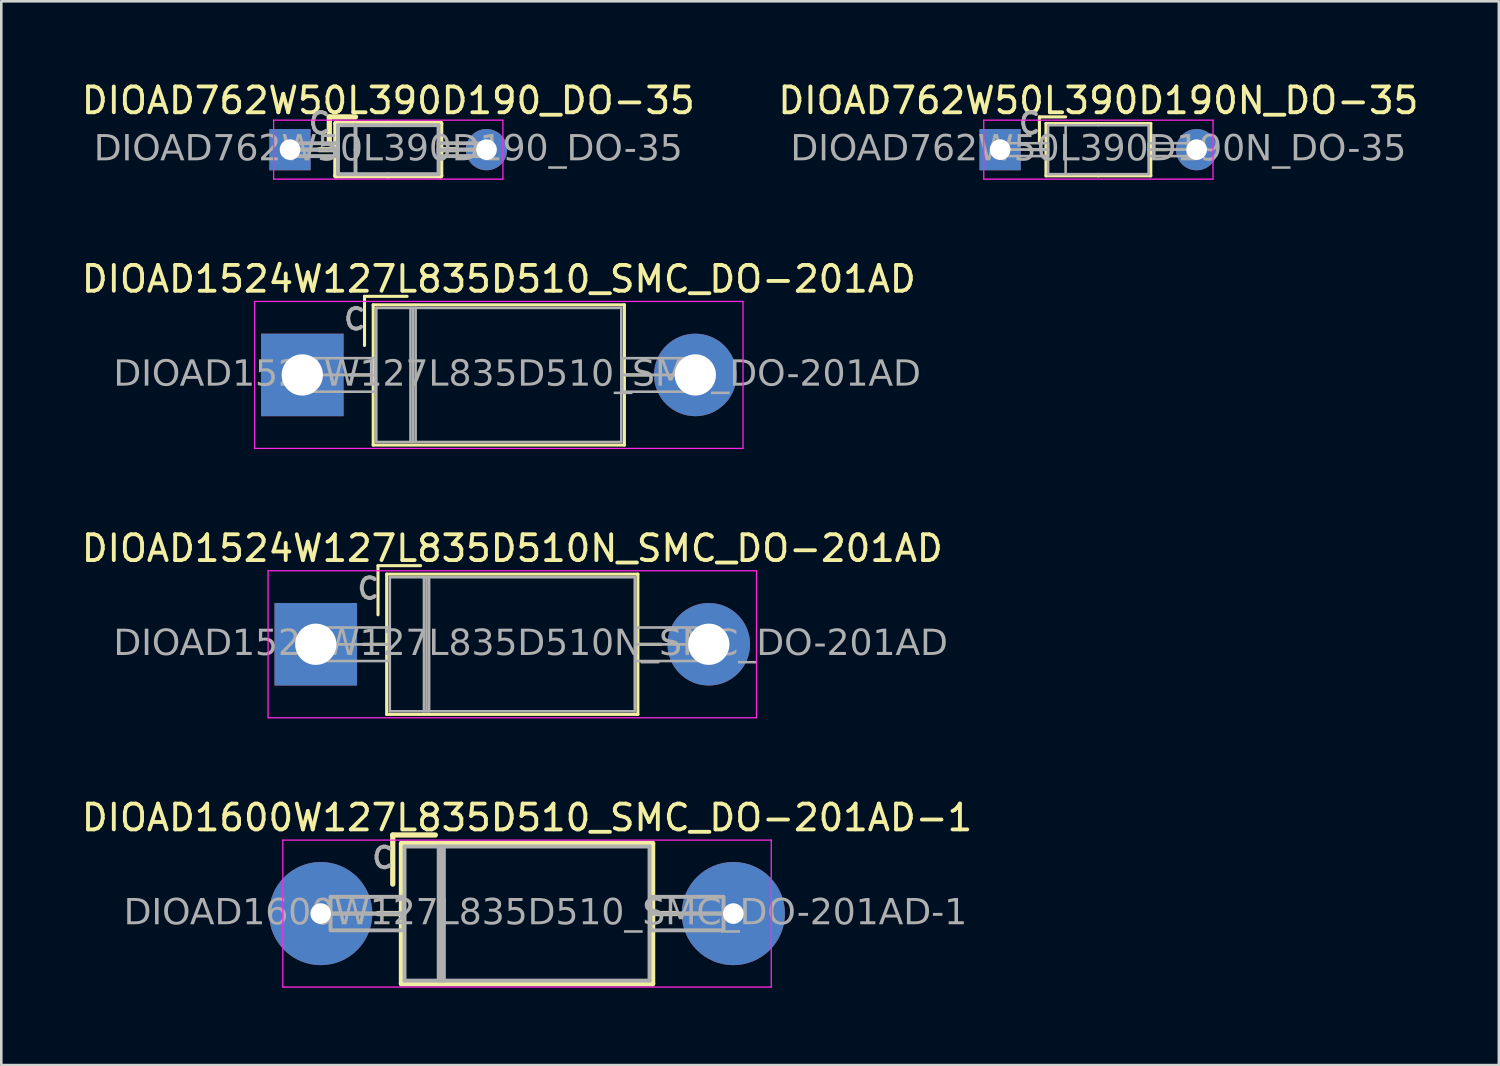
<source format=kicad_pcb>
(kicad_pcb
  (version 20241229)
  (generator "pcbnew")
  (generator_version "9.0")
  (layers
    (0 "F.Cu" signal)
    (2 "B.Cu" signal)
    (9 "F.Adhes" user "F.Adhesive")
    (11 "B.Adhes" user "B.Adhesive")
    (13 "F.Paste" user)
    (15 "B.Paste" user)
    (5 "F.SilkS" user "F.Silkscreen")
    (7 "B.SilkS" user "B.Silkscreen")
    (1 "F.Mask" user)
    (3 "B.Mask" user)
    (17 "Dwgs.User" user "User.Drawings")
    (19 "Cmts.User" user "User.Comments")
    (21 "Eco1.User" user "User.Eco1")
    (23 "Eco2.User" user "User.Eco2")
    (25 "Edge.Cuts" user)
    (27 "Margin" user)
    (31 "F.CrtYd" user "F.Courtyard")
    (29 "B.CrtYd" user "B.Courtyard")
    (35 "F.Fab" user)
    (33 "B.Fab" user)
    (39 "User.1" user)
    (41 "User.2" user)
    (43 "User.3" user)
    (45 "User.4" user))
  (footprint "DIOAD1524W127L835D510N_SMC_DO-201AD"
    (layer "F.Cu")
    (at 16.815 21.933)
    (property "Reference" "DIOAD1524W127L835D510N_SMC_DO-201AD" (at 0 -3.72 0) (layer "F.SilkS") (effects (font (size 1 1) (thickness 0.15))))
    (attr through_hole)
    (fp_line (start -5.78 0) (end -4.87 0) (stroke (width 0.12) (type solid)) (layer "F.SilkS"))
    (fp_line (start -5.207 -3.048) (end -5.207 -1.143) (stroke (width 0.12) (type solid)) (layer "F.SilkS"))
    (fp_line (start -5.207 -3.048) (end -3.556 -3.048) (stroke (width 0.12) (type solid)) (layer "F.SilkS"))
    (fp_line (start -4.87 -2.72) (end -4.87 2.72) (stroke (width 0.12) (type solid)) (layer "F.SilkS"))
    (fp_line (start -4.87 2.72) (end 4.87 2.72) (stroke (width 0.12) (type solid)) (layer "F.SilkS"))
    (fp_line (start 4.87 -2.72) (end -4.87 -2.72) (stroke (width 0.12) (type solid)) (layer "F.SilkS"))
    (fp_line (start 4.87 2.72) (end 4.87 -2.72) (stroke (width 0.12) (type solid)) (layer "F.SilkS"))
    (fp_line (start 5.78 0) (end 4.87 0) (stroke (width 0.12) (type solid)) (layer "F.SilkS"))
    (fp_line (start -9.47 -2.85) (end -9.47 2.85) (stroke (width 0.05) (type solid)) (layer "F.CrtYd"))
    (fp_line (start -9.47 2.85) (end 9.47 2.85) (stroke (width 0.05) (type solid)) (layer "F.CrtYd"))
    (fp_line (start 9.47 -2.85) (end -9.47 -2.85) (stroke (width 0.05) (type solid)) (layer "F.CrtYd"))
    (fp_line (start 9.47 2.85) (end 9.47 -2.85) (stroke (width 0.05) (type solid)) (layer "F.CrtYd"))
    (fp_line (start -4.75 -2.6) (end -4.75 2.6) (stroke (width 0.1) (type solid)) (layer "F.Fab"))
    (fp_line (start -4.75 2.6) (end 4.75 2.6) (stroke (width 0.1) (type solid)) (layer "F.Fab"))
    (fp_line (start -3.425 -2.6) (end -3.425 2.6) (stroke (width 0.1) (type solid)) (layer "F.Fab"))
    (fp_line (start -3.325 -2.6) (end -3.325 2.6) (stroke (width 0.1) (type solid)) (layer "F.Fab"))
    (fp_line (start -3.225 -2.6) (end -3.225 2.6) (stroke (width 0.1) (type solid)) (layer "F.Fab"))
    (fp_line (start 4.75 -2.6) (end -4.75 -2.6) (stroke (width 0.1) (type solid)) (layer "F.Fab"))
    (fp_line (start 4.75 2.6) (end 4.75 -2.6) (stroke (width 0.1) (type solid)) (layer "F.Fab"))
    (fp_rect (start -7.62 0) (end -4.79 -0.65) (stroke (width 0.1) (type solid)) (fill no) (layer "F.Fab"))
    (fp_rect (start -7.62 0) (end -4.79 0.65) (stroke (width 0.1) (type solid)) (fill no) (layer "F.Fab"))
    (fp_rect (start 7.62 0) (end 4.79 -0.65) (stroke (width 0.1) (type solid)) (fill no) (layer "F.Fab"))
    (fp_rect (start 7.62 0) (end 4.79 0.65) (stroke (width 0.1) (type solid)) (fill no) (layer "F.Fab"))
    (fp_text user "C" (at -5.588 -2.159 0) (layer "F.Fab") (effects (font (size 0.8 0.8) (thickness 0.15) (bold yes))))
    (fp_text user "${REFERENCE}" (at 0.713 0 0) (layer "F.Fab") (effects (font (face "Tahoma") (size 1 1) (thickness 0.15))))
    (pad "1" thru_hole rect (at -7.62 0) (size 3.2 3.2) (drill 1.6) (layers "*.Cu" "*.Mask"))
    (pad "2" thru_hole oval (at 7.62 0) (size 3.2 3.2) (drill 1.6) (layers "*.Cu" "*.Mask")))
  (footprint "DIOAD762W50L390D190N_DO-35"
    (layer "F.Cu")
    (at 39.542 2.753)
    (property "Reference" "DIOAD762W50L390D190N_DO-35" (at 0 -1.905 0) (layer "F.SilkS") (effects (font (size 1 1) (thickness 0.15))))
    (attr through_hole)
    (fp_line (start -2.667 0) (end -2.032 0) (stroke (width 0.12) (type solid)) (layer "F.SilkS"))
    (fp_line (start -2.286 -1.27) (end -2.286 -0.254) (stroke (width 0.12) (type solid)) (layer "F.SilkS"))
    (fp_line (start -2.286 -1.27) (end -1.27 -1.27) (stroke (width 0.12) (type solid)) (layer "F.SilkS"))
    (fp_line (start -2.032 -1.016) (end -2.032 0) (stroke (width 0.12) (type solid)) (layer "F.SilkS"))
    (fp_line (start -2.032 1.016) (end -2.032 0) (stroke (width 0.12) (type solid)) (layer "F.SilkS"))
    (fp_line (start 0 -1.016) (end -2.032 -1.016) (stroke (width 0.12) (type solid)) (layer "F.SilkS"))
    (fp_line (start 0 -1.016) (end 2.032 -1.016) (stroke (width 0.12) (type solid)) (layer "F.SilkS"))
    (fp_line (start 0 1.016) (end -2.032 1.016) (stroke (width 0.12) (type solid)) (layer "F.SilkS"))
    (fp_line (start 0 1.016) (end 2.032 1.016) (stroke (width 0.12) (type solid)) (layer "F.SilkS"))
    (fp_line (start 2.032 -1.016) (end 2.032 0) (stroke (width 0.12) (type solid)) (layer "F.SilkS"))
    (fp_line (start 2.032 1.016) (end 2.032 0) (stroke (width 0.12) (type solid)) (layer "F.SilkS"))
    (fp_line (start 2.667 0) (end 2.032 0) (stroke (width 0.12) (type solid)) (layer "F.SilkS"))
    (fp_line (start -4.445 -1.143) (end -4.445 1.143) (stroke (width 0.05) (type solid)) (layer "F.CrtYd"))
    (fp_line (start -4.445 1.143) (end 4.445 1.143) (stroke (width 0.05) (type solid)) (layer "F.CrtYd"))
    (fp_line (start 4.445 -1.143) (end -4.445 -1.143) (stroke (width 0.05) (type solid)) (layer "F.CrtYd"))
    (fp_line (start 4.445 1.143) (end 4.445 -1.143) (stroke (width 0.05) (type solid)) (layer "F.CrtYd"))
    (fp_line (start -1.95 -0.95) (end -1.95 0) (stroke (width 0.1) (type solid)) (layer "F.Fab"))
    (fp_line (start -1.95 0.95) (end -1.95 0) (stroke (width 0.1) (type solid)) (layer "F.Fab"))
    (fp_line (start -1.27 -0.95) (end -1.27 0) (stroke (width 0.1) (type solid)) (layer "F.Fab"))
    (fp_line (start -1.27 0.95) (end -1.27 0) (stroke (width 0.1) (type solid)) (layer "F.Fab"))
    (fp_line (start 0 -0.95) (end -1.95 -0.95) (stroke (width 0.1) (type solid)) (layer "F.Fab"))
    (fp_line (start 0 -0.95) (end 1.95 -0.95) (stroke (width 0.1) (type solid)) (layer "F.Fab"))
    (fp_line (start 0 0.95) (end -1.95 0.95) (stroke (width 0.1) (type solid)) (layer "F.Fab"))
    (fp_line (start 0 0.95) (end 1.95 0.95) (stroke (width 0.1) (type solid)) (layer "F.Fab"))
    (fp_line (start 1.95 -0.95) (end 1.95 0) (stroke (width 0.1) (type solid)) (layer "F.Fab"))
    (fp_line (start 1.95 0.95) (end 1.95 0) (stroke (width 0.1) (type solid)) (layer "F.Fab"))
    (fp_rect (start -3.81 -0.25) (end -1.95 0) (stroke (width 0.1) (type solid)) (fill no) (layer "F.Fab"))
    (fp_rect (start -3.81 0.25) (end -1.95 0) (stroke (width 0.1) (type solid)) (fill no) (layer "F.Fab"))
    (fp_rect (start 3.81 -0.25) (end 1.95 0) (stroke (width 0.1) (type solid)) (fill no) (layer "F.Fab"))
    (fp_rect (start 3.81 0.25) (end 1.95 0) (stroke (width 0.1) (type solid)) (fill no) (layer "F.Fab"))
    (fp_text user "${REFERENCE}" (at 0 0 0) (layer "F.Fab") (effects (font (face "Tahoma") (size 1 1) (thickness 0.15))))
    (fp_text user "C" (at -2.667 -1.016 0) (layer "F.Fab") (effects (font (size 0.8 0.8) (thickness 0.15) (bold yes))))
    (pad "1" thru_hole rect (at -3.81 0) (size 1.6 1.6) (drill 0.8) (layers "*.Cu" "*.Mask"))
    (pad "2" thru_hole circle (at 3.81 0) (size 1.6 1.6) (drill 0.8) (layers "*.Cu" "*.Mask")))
  (footprint "DIOAD762W50L390D190_DO-35"
    (layer "F.Cu")
    (at 12.006 2.753)
    (property "Reference" "DIOAD762W50L390D190_DO-35" (at 0 -1.905 0) (layer "F.SilkS") (effects (font (size 1 1) (thickness 0.15))))
    (attr through_hole)
    (fp_line (start -2.667 0) (end -2.032 0) (stroke (width 0.203) (type solid)) (layer "F.SilkS"))
    (fp_line (start -2.286 -1.27) (end -2.286 -0.254) (stroke (width 0.203) (type solid)) (layer "F.SilkS"))
    (fp_line (start -2.286 -1.27) (end -1.27 -1.27) (stroke (width 0.203) (type solid)) (layer "F.SilkS"))
    (fp_line (start -2.032 -1.016) (end -2.032 0) (stroke (width 0.203) (type solid)) (layer "F.SilkS"))
    (fp_line (start -2.032 1.016) (end -2.032 0) (stroke (width 0.203) (type solid)) (layer "F.SilkS"))
    (fp_line (start 0 -1.016) (end -2.032 -1.016) (stroke (width 0.203) (type solid)) (layer "F.SilkS"))
    (fp_line (start 0 -1.016) (end 2.032 -1.016) (stroke (width 0.203) (type solid)) (layer "F.SilkS"))
    (fp_line (start 0 1.016) (end -2.032 1.016) (stroke (width 0.203) (type solid)) (layer "F.SilkS"))
    (fp_line (start 0 1.016) (end 2.032 1.016) (stroke (width 0.203) (type solid)) (layer "F.SilkS"))
    (fp_line (start 2.032 -1.016) (end 2.032 0) (stroke (width 0.203) (type solid)) (layer "F.SilkS"))
    (fp_line (start 2.032 1.016) (end 2.032 0) (stroke (width 0.203) (type solid)) (layer "F.SilkS"))
    (fp_line (start 2.667 0) (end 2.032 0) (stroke (width 0.203) (type solid)) (layer "F.SilkS"))
    (fp_line (start -4.445 -1.143) (end -4.445 1.143) (stroke (width 0.05) (type solid)) (layer "F.CrtYd"))
    (fp_line (start -4.445 1.143) (end 4.445 1.143) (stroke (width 0.05) (type solid)) (layer "F.CrtYd"))
    (fp_line (start 4.445 -1.143) (end -4.445 -1.143) (stroke (width 0.05) (type solid)) (layer "F.CrtYd"))
    (fp_line (start 4.445 1.143) (end 4.445 -1.143) (stroke (width 0.05) (type solid)) (layer "F.CrtYd"))
    (fp_line (start -1.95 -0.95) (end -1.95 0) (stroke (width 0.152) (type solid)) (layer "F.Fab"))
    (fp_line (start -1.95 0.95) (end -1.95 0) (stroke (width 0.152) (type solid)) (layer "F.Fab"))
    (fp_line (start -1.27 -0.95) (end -1.27 0) (stroke (width 0.152) (type solid)) (layer "F.Fab"))
    (fp_line (start -1.27 0.95) (end -1.27 0) (stroke (width 0.152) (type solid)) (layer "F.Fab"))
    (fp_line (start 0 -0.95) (end -1.95 -0.95) (stroke (width 0.152) (type solid)) (layer "F.Fab"))
    (fp_line (start 0 -0.95) (end 1.95 -0.95) (stroke (width 0.152) (type solid)) (layer "F.Fab"))
    (fp_line (start 0 0.95) (end -1.95 0.95) (stroke (width 0.152) (type solid)) (layer "F.Fab"))
    (fp_line (start 0 0.95) (end 1.95 0.95) (stroke (width 0.152) (type solid)) (layer "F.Fab"))
    (fp_line (start 1.95 -0.95) (end 1.95 0) (stroke (width 0.152) (type solid)) (layer "F.Fab"))
    (fp_line (start 1.95 0.95) (end 1.95 0) (stroke (width 0.152) (type solid)) (layer "F.Fab"))
    (fp_rect (start -3.81 -0.25) (end -1.95 0) (stroke (width 0.152) (type solid)) (fill no) (layer "F.Fab"))
    (fp_rect (start -3.81 0.25) (end -1.95 0) (stroke (width 0.152) (type solid)) (fill no) (layer "F.Fab"))
    (fp_rect (start 3.81 -0.25) (end 1.95 0) (stroke (width 0.152) (type solid)) (fill no) (layer "F.Fab"))
    (fp_rect (start 3.81 0.25) (end 1.95 0) (stroke (width 0.152) (type solid)) (fill no) (layer "F.Fab"))
    (fp_text user "C" (at -2.667 -1.016 0) (layer "F.Fab") (effects (font (size 0.8 0.8) (thickness 0.15) (bold yes))))
    (fp_text user "${REFERENCE}" (at 0 0 0) (layer "F.Fab") (effects (font (face "Tahoma") (size 1 1) (thickness 0.15))))
    (pad "1" thru_hole rect (at -3.81 0) (size 1.6 1.6) (drill 0.8) (layers "*.Cu" "*.Mask"))
    (pad "2" thru_hole circle (at 3.81 0) (size 1.6 1.6) (drill 0.8) (layers "*.Cu" "*.Mask")))
  (footprint "DIOAD1600W127L835D510_SMC_DO-201AD-1"
    (layer "F.Cu")
    (at 17.387 32.376)
    (property "Reference" "DIOAD1600W127L835D510_SMC_DO-201AD-1" (at 0 -3.72 0) (layer "F.SilkS") (effects (font (size 1 1) (thickness 0.15))))
    (attr through_hole)
    (fp_line (start -5.78 0) (end -4.87 0) (stroke (width 0.203) (type solid)) (layer "F.SilkS"))
    (fp_line (start -5.207 -3.048) (end -5.207 -1.143) (stroke (width 0.203) (type solid)) (layer "F.SilkS"))
    (fp_line (start -5.207 -3.048) (end -3.556 -3.048) (stroke (width 0.203) (type solid)) (layer "F.SilkS"))
    (fp_line (start -4.87 -2.72) (end -4.87 2.72) (stroke (width 0.203) (type solid)) (layer "F.SilkS"))
    (fp_line (start -4.87 2.72) (end 4.87 2.72) (stroke (width 0.203) (type solid)) (layer "F.SilkS"))
    (fp_line (start 4.87 -2.72) (end -4.87 -2.72) (stroke (width 0.203) (type solid)) (layer "F.SilkS"))
    (fp_line (start 4.87 2.72) (end 4.87 -2.72) (stroke (width 0.203) (type solid)) (layer "F.SilkS"))
    (fp_line (start 5.78 0) (end 4.87 0) (stroke (width 0.203) (type solid)) (layer "F.SilkS"))
    (fp_line (start -9.47 -2.85) (end -9.47 2.85) (stroke (width 0.05) (type solid)) (layer "F.CrtYd"))
    (fp_line (start -9.47 2.85) (end 9.47 2.85) (stroke (width 0.05) (type solid)) (layer "F.CrtYd"))
    (fp_line (start 9.47 -2.85) (end -9.47 -2.85) (stroke (width 0.05) (type solid)) (layer "F.CrtYd"))
    (fp_line (start 9.47 2.85) (end 9.47 -2.85) (stroke (width 0.05) (type solid)) (layer "F.CrtYd"))
    (fp_line (start -4.75 -2.6) (end -4.75 2.6) (stroke (width 0.152) (type solid)) (layer "F.Fab"))
    (fp_line (start -4.75 2.6) (end 4.75 2.6) (stroke (width 0.152) (type solid)) (layer "F.Fab"))
    (fp_line (start -3.425 -2.6) (end -3.425 2.6) (stroke (width 0.152) (type solid)) (layer "F.Fab"))
    (fp_line (start -3.325 -2.6) (end -3.325 2.6) (stroke (width 0.152) (type solid)) (layer "F.Fab"))
    (fp_line (start -3.225 -2.6) (end -3.225 2.6) (stroke (width 0.152) (type solid)) (layer "F.Fab"))
    (fp_line (start 4.75 -2.6) (end -4.75 -2.6) (stroke (width 0.152) (type solid)) (layer "F.Fab"))
    (fp_line (start 4.75 2.6) (end 4.75 -2.6) (stroke (width 0.152) (type solid)) (layer "F.Fab"))
    (fp_rect (start -7.62 0) (end -4.79 -0.65) (stroke (width 0.152) (type solid)) (fill no) (layer "F.Fab"))
    (fp_rect (start -7.62 0) (end -4.79 0.65) (stroke (width 0.152) (type solid)) (fill no) (layer "F.Fab"))
    (fp_rect (start 7.62 0) (end 4.79 -0.65) (stroke (width 0.152) (type solid)) (fill no) (layer "F.Fab"))
    (fp_rect (start 7.62 0) (end 4.79 0.65) (stroke (width 0.152) (type solid)) (fill no) (layer "F.Fab"))
    (fp_text user "${REFERENCE}" (at 0.713 0 0) (layer "F.Fab") (effects (font (face "Tahoma") (size 1 1) (thickness 0.15))))
    (fp_text user "C" (at -5.588 -2.159 0) (layer "F.Fab") (effects (font (size 0.8 0.8) (thickness 0.15) (bold yes))))
    (pad "1" thru_hole circle (at -8 0) (size 4 4) (drill 0.8) (layers "*.Cu" "*.Mask"))
    (pad "2" thru_hole circle (at 8 0) (size 4 4) (drill 0.8) (layers "*.Cu" "*.Mask")))
  (footprint "DIOAD1524W127L835D510_SMC_DO-201AD"
    (layer "F.Cu")
    (at 16.292 11.489)
    (property "Reference" "DIOAD1524W127L835D510_SMC_DO-201AD" (at 0 -3.72 0) (layer "F.SilkS") (effects (font (size 1 1) (thickness 0.15))))
    (attr through_hole)
    (fp_line (start -5.78 0) (end -4.87 0) (stroke (width 0.12) (type solid)) (layer "F.SilkS"))
    (fp_line (start -5.207 -3.048) (end -5.207 -1.143) (stroke (width 0.12) (type solid)) (layer "F.SilkS"))
    (fp_line (start -5.207 -3.048) (end -3.556 -3.048) (stroke (width 0.12) (type solid)) (layer "F.SilkS"))
    (fp_line (start -4.87 -2.72) (end -4.87 2.72) (stroke (width 0.12) (type solid)) (layer "F.SilkS"))
    (fp_line (start -4.87 2.72) (end 4.87 2.72) (stroke (width 0.12) (type solid)) (layer "F.SilkS"))
    (fp_line (start 4.87 -2.72) (end -4.87 -2.72) (stroke (width 0.12) (type solid)) (layer "F.SilkS"))
    (fp_line (start 4.87 2.72) (end 4.87 -2.72) (stroke (width 0.12) (type solid)) (layer "F.SilkS"))
    (fp_line (start 5.78 0) (end 4.87 0) (stroke (width 0.12) (type solid)) (layer "F.SilkS"))
    (fp_line (start -9.47 -2.85) (end -9.47 2.85) (stroke (width 0.05) (type solid)) (layer "F.CrtYd"))
    (fp_line (start -9.47 2.85) (end 9.47 2.85) (stroke (width 0.05) (type solid)) (layer "F.CrtYd"))
    (fp_line (start 9.47 -2.85) (end -9.47 -2.85) (stroke (width 0.05) (type solid)) (layer "F.CrtYd"))
    (fp_line (start 9.47 2.85) (end 9.47 -2.85) (stroke (width 0.05) (type solid)) (layer "F.CrtYd"))
    (fp_line (start -4.75 -2.6) (end -4.75 2.6) (stroke (width 0.1) (type solid)) (layer "F.Fab"))
    (fp_line (start -4.75 2.6) (end 4.75 2.6) (stroke (width 0.1) (type solid)) (layer "F.Fab"))
    (fp_line (start -3.425 -2.6) (end -3.425 2.6) (stroke (width 0.1) (type solid)) (layer "F.Fab"))
    (fp_line (start -3.325 -2.6) (end -3.325 2.6) (stroke (width 0.1) (type solid)) (layer "F.Fab"))
    (fp_line (start -3.225 -2.6) (end -3.225 2.6) (stroke (width 0.1) (type solid)) (layer "F.Fab"))
    (fp_line (start 4.75 -2.6) (end -4.75 -2.6) (stroke (width 0.1) (type solid)) (layer "F.Fab"))
    (fp_line (start 4.75 2.6) (end 4.75 -2.6) (stroke (width 0.1) (type solid)) (layer "F.Fab"))
    (fp_rect (start -7.62 0) (end -4.79 -0.65) (stroke (width 0.1) (type solid)) (fill no) (layer "F.Fab"))
    (fp_rect (start -7.62 0) (end -4.79 0.65) (stroke (width 0.1) (type solid)) (fill no) (layer "F.Fab"))
    (fp_rect (start 7.62 0) (end 4.79 -0.65) (stroke (width 0.1) (type solid)) (fill no) (layer "F.Fab"))
    (fp_rect (start 7.62 0) (end 4.79 0.65) (stroke (width 0.1) (type solid)) (fill no) (layer "F.Fab"))
    (fp_text user "${REFERENCE}" (at 0.713 0 0) (layer "F.Fab") (effects (font (face "Tahoma") (size 1 1) (thickness 0.15))))
    (fp_text user "C" (at -5.588 -2.159 0) (layer "F.Fab") (effects (font (size 0.8 0.8) (thickness 0.15) (bold yes))))
    (pad "1" thru_hole rect (at -7.62 0) (size 3.2 3.2) (drill 1.6) (layers "*.Cu" "*.Mask"))
    (pad "2" thru_hole oval (at 7.62 0) (size 3.2 3.2) (drill 1.6) (layers "*.Cu" "*.Mask")))
  (gr_rect
    (start -3 -3)
    (end 55.071 38.251)
    (stroke (width 0.1) (type default))
    (fill no)
    (layer "Edge.Cuts")))
</source>
